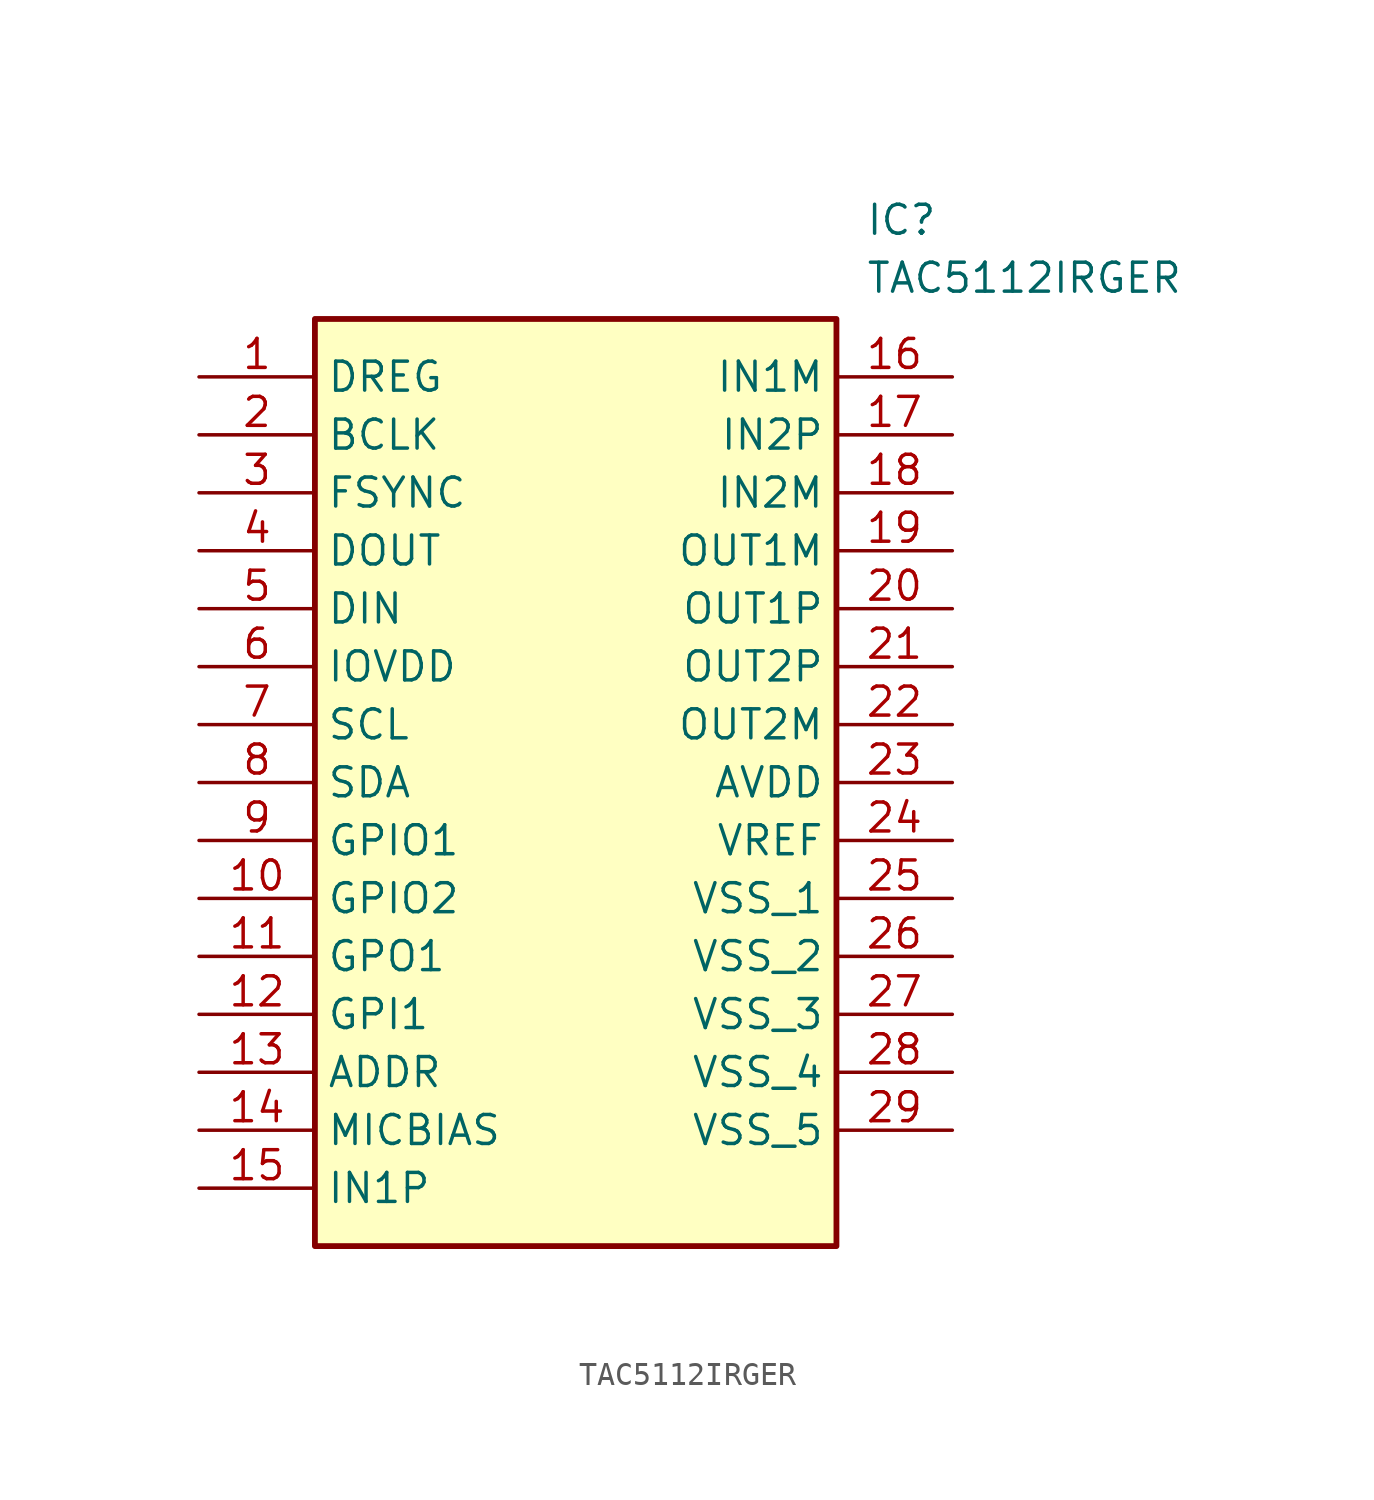
<source format=kicad_sym>
(kicad_symbol_lib
  (version 20211014)
  (generator entropy_generator)
  (symbol "TAC5112IRGER"
    (property "Reference" "IC"
      (at 29.21 7.62 0)
      (effects (font (size 1.27 1.27)) (justify left top)))
    (property "Value" "TAC5112IRGER"
      (at 29.21 5.08 0)
      (effects (font (size 1.27 1.27)) (justify left top)))
    (rectangle
      (start 5.08 2.54)
      (end 27.94 -38.1)
      (stroke (width 0.254) (type default))
      (fill (type background)))
    (pin passive line
      (at 0 0 0)
      (length 5.08)
      (name "DREG" (effects (font (size 1.27 1.27))))
      (number "1" (effects (font (size 1.27 1.27)))))
    (pin passive line
      (at 0 -2.54 0)
      (length 5.08)
      (name "BCLK" (effects (font (size 1.27 1.27))))
      (number "2" (effects (font (size 1.27 1.27)))))
    (pin passive line
      (at 0 -5.08 0)
      (length 5.08)
      (name "FSYNC" (effects (font (size 1.27 1.27))))
      (number "3" (effects (font (size 1.27 1.27)))))
    (pin passive line
      (at 0 -7.62 0)
      (length 5.08)
      (name "DOUT" (effects (font (size 1.27 1.27))))
      (number "4" (effects (font (size 1.27 1.27)))))
    (pin passive line
      (at 0 -10.16 0)
      (length 5.08)
      (name "DIN" (effects (font (size 1.27 1.27))))
      (number "5" (effects (font (size 1.27 1.27)))))
    (pin passive line
      (at 0 -12.7 0)
      (length 5.08)
      (name "IOVDD" (effects (font (size 1.27 1.27))))
      (number "6" (effects (font (size 1.27 1.27)))))
    (pin passive line
      (at 0 -15.24 0)
      (length 5.08)
      (name "SCL" (effects (font (size 1.27 1.27))))
      (number "7" (effects (font (size 1.27 1.27)))))
    (pin passive line
      (at 0 -17.78 0)
      (length 5.08)
      (name "SDA" (effects (font (size 1.27 1.27))))
      (number "8" (effects (font (size 1.27 1.27)))))
    (pin passive line
      (at 0 -20.32 0)
      (length 5.08)
      (name "GPIO1" (effects (font (size 1.27 1.27))))
      (number "9" (effects (font (size 1.27 1.27)))))
    (pin passive line
      (at 0 -22.86 0)
      (length 5.08)
      (name "GPIO2" (effects (font (size 1.27 1.27))))
      (number "10" (effects (font (size 1.27 1.27)))))
    (pin passive line
      (at 0 -25.4 0)
      (length 5.08)
      (name "GPO1" (effects (font (size 1.27 1.27))))
      (number "11" (effects (font (size 1.27 1.27)))))
    (pin passive line
      (at 0 -27.94 0)
      (length 5.08)
      (name "GPI1" (effects (font (size 1.27 1.27))))
      (number "12" (effects (font (size 1.27 1.27)))))
    (pin passive line
      (at 0 -30.48 0)
      (length 5.08)
      (name "ADDR" (effects (font (size 1.27 1.27))))
      (number "13" (effects (font (size 1.27 1.27)))))
    (pin passive line
      (at 0 -33.02 0)
      (length 5.08)
      (name "MICBIAS" (effects (font (size 1.27 1.27))))
      (number "14" (effects (font (size 1.27 1.27)))))
    (pin passive line
      (at 0 -35.56 0)
      (length 5.08)
      (name "IN1P" (effects (font (size 1.27 1.27))))
      (number "15" (effects (font (size 1.27 1.27)))))
    (pin passive line
      (at 33.02 0 180)
      (length 5.08)
      (name "IN1M" (effects (font (size 1.27 1.27))))
      (number "16" (effects (font (size 1.27 1.27)))))
    (pin passive line
      (at 33.02 -2.54 180)
      (length 5.08)
      (name "IN2P" (effects (font (size 1.27 1.27))))
      (number "17" (effects (font (size 1.27 1.27)))))
    (pin passive line
      (at 33.02 -5.08 180)
      (length 5.08)
      (name "IN2M" (effects (font (size 1.27 1.27))))
      (number "18" (effects (font (size 1.27 1.27)))))
    (pin passive line
      (at 33.02 -7.62 180)
      (length 5.08)
      (name "OUT1M" (effects (font (size 1.27 1.27))))
      (number "19" (effects (font (size 1.27 1.27)))))
    (pin passive line
      (at 33.02 -10.16 180)
      (length 5.08)
      (name "OUT1P" (effects (font (size 1.27 1.27))))
      (number "20" (effects (font (size 1.27 1.27)))))
    (pin passive line
      (at 33.02 -12.7 180)
      (length 5.08)
      (name "OUT2P" (effects (font (size 1.27 1.27))))
      (number "21" (effects (font (size 1.27 1.27)))))
    (pin passive line
      (at 33.02 -15.24 180)
      (length 5.08)
      (name "OUT2M" (effects (font (size 1.27 1.27))))
      (number "22" (effects (font (size 1.27 1.27)))))
    (pin passive line
      (at 33.02 -17.78 180)
      (length 5.08)
      (name "AVDD" (effects (font (size 1.27 1.27))))
      (number "23" (effects (font (size 1.27 1.27)))))
    (pin passive line
      (at 33.02 -20.32 180)
      (length 5.08)
      (name "VREF" (effects (font (size 1.27 1.27))))
      (number "24" (effects (font (size 1.27 1.27)))))
    (pin passive line
      (at 33.02 -22.86 180)
      (length 5.08)
      (name "VSS_1" (effects (font (size 1.27 1.27))))
      (number "25" (effects (font (size 1.27 1.27)))))
    (pin passive line
      (at 33.02 -25.4 180)
      (length 5.08)
      (name "VSS_2" (effects (font (size 1.27 1.27))))
      (number "26" (effects (font (size 1.27 1.27)))))
    (pin passive line
      (at 33.02 -27.94 180)
      (length 5.08)
      (name "VSS_3" (effects (font (size 1.27 1.27))))
      (number "27" (effects (font (size 1.27 1.27)))))
    (pin passive line
      (at 33.02 -30.48 180)
      (length 5.08)
      (name "VSS_4" (effects (font (size 1.27 1.27))))
      (number "28" (effects (font (size 1.27 1.27)))))
    (pin passive line
      (at 33.02 -33.02 180)
      (length 5.08)
      (name "VSS_5" (effects (font (size 1.27 1.27))))
      (number "29" (effects (font (size 1.27 1.27)))))))
</source>
